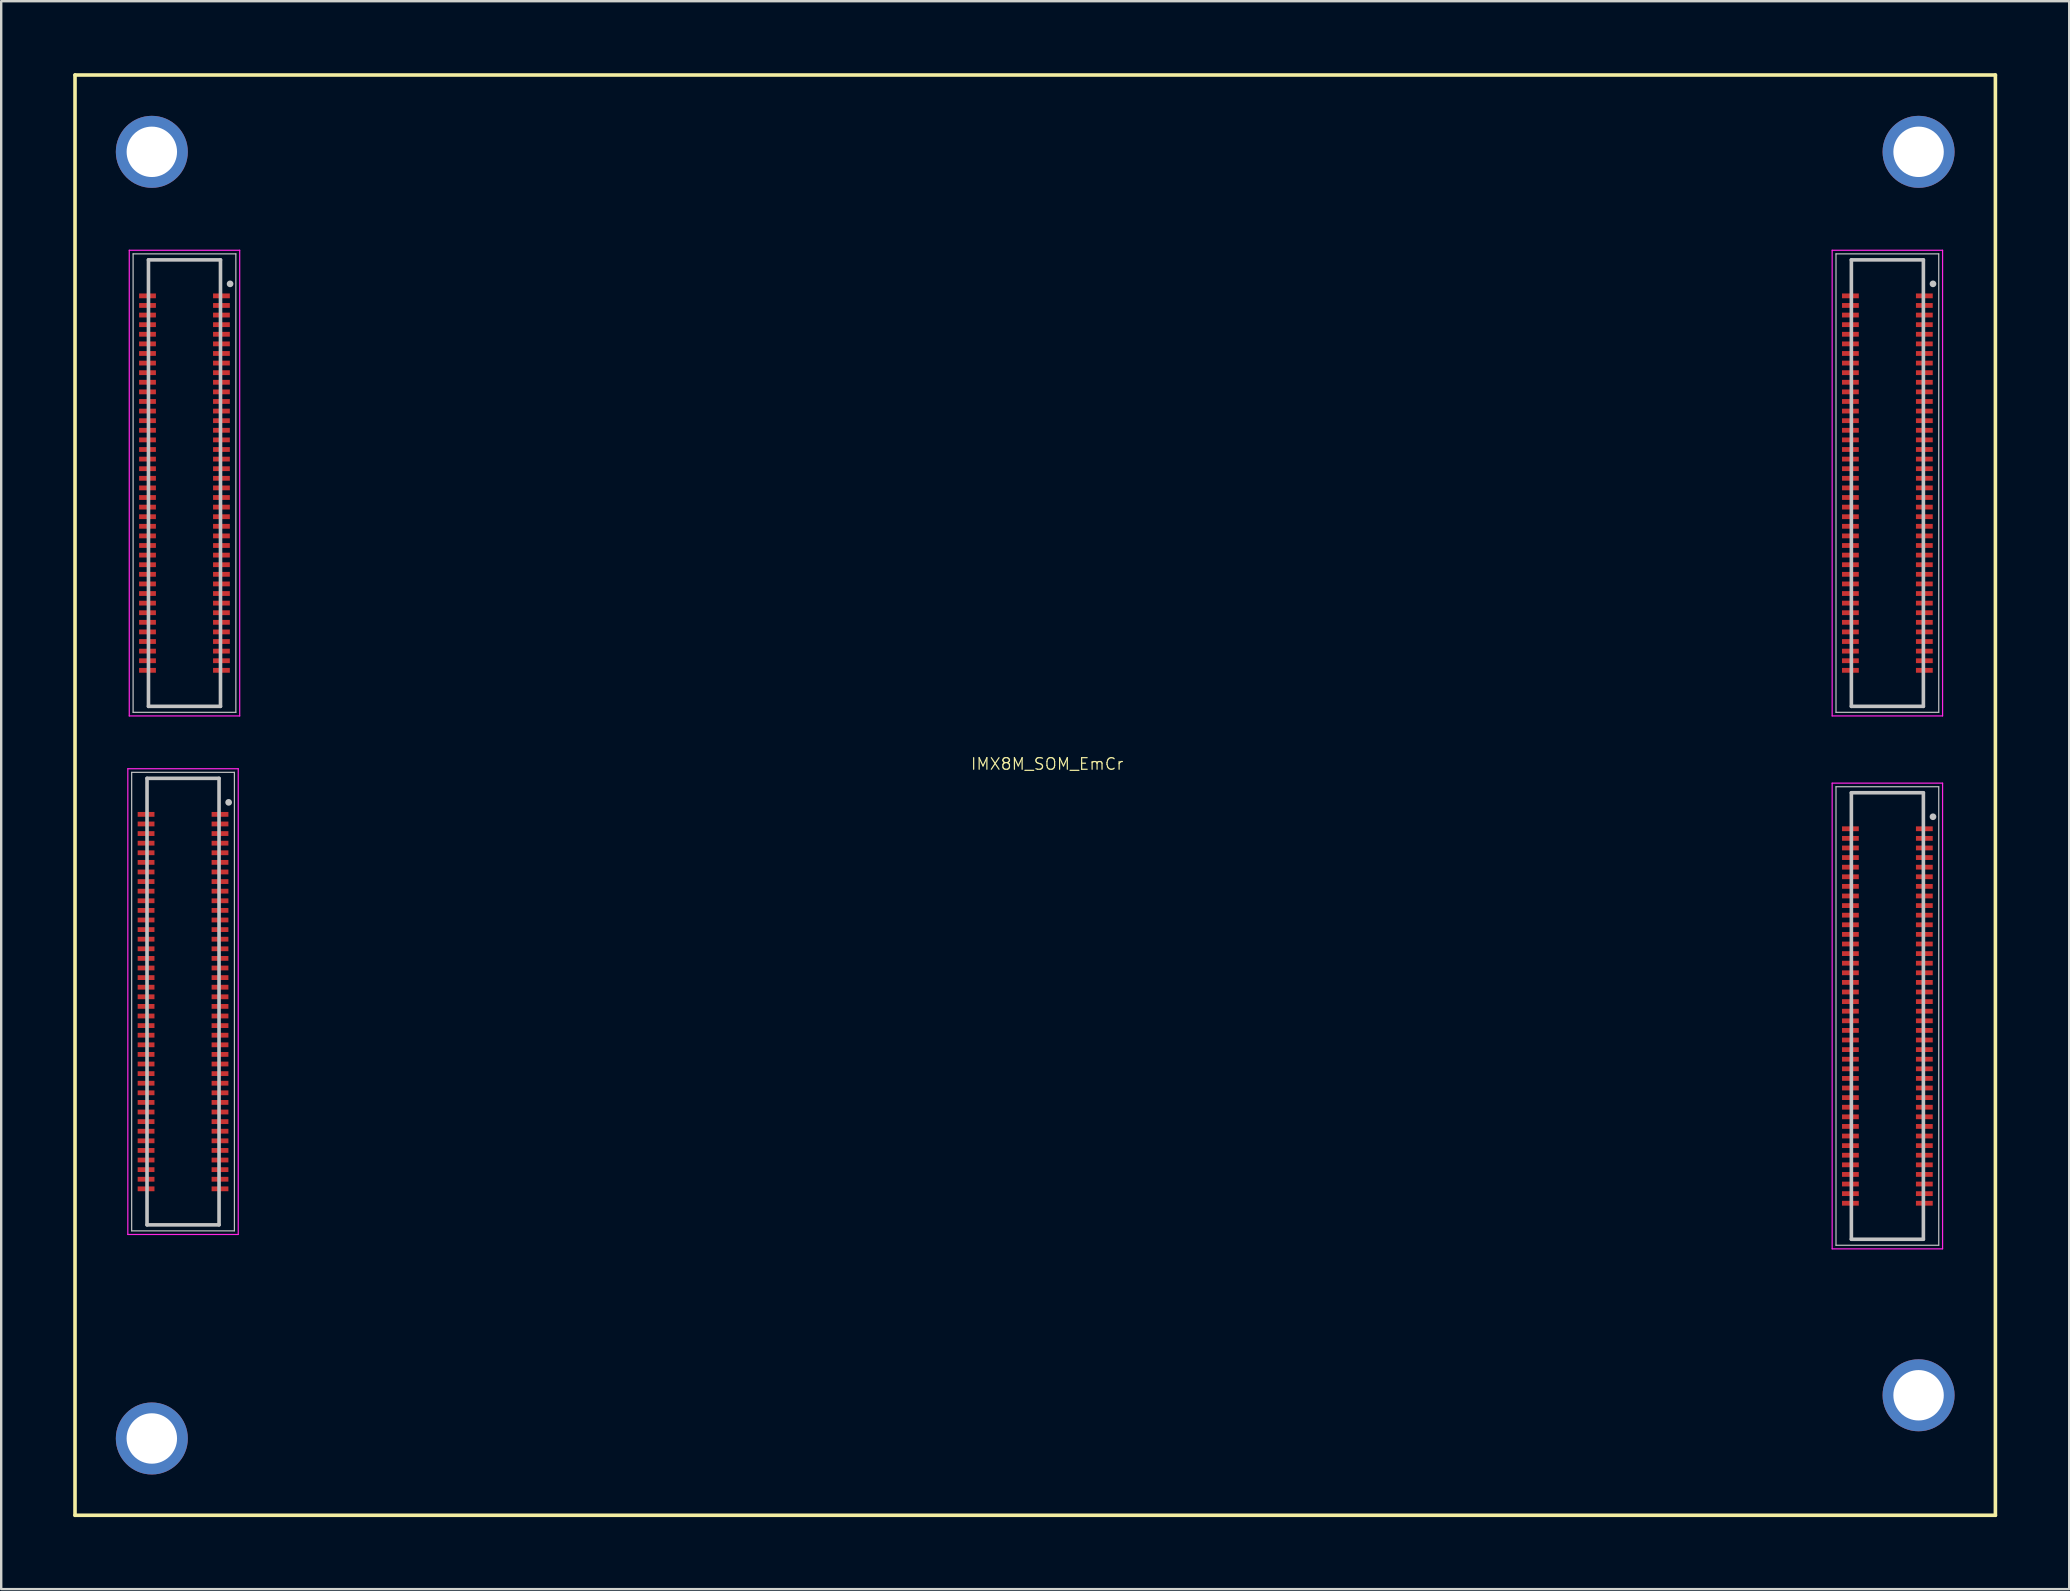
<source format=kicad_pcb>
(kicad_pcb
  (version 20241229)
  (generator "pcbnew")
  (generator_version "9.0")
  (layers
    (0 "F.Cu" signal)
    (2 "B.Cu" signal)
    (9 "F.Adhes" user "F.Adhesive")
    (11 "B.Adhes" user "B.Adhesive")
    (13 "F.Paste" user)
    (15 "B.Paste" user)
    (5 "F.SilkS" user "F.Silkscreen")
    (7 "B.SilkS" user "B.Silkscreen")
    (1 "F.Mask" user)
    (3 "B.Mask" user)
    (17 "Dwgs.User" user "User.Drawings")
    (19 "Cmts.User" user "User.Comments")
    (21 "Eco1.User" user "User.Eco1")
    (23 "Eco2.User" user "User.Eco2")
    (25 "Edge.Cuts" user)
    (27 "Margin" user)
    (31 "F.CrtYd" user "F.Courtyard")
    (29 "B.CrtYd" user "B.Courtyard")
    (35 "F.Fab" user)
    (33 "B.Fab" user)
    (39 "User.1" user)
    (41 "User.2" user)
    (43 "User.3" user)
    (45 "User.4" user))
  (footprint "IMX8M_SOM_EmCr"
    (layer "F.Cu")
    (at 40.075 30.075)
    (property "Reference" "IMX8M_SOM_EmCr" (at 0.5 -1.3 0) (layer "F.SilkS") (effects (font (size 0.482 0.482) (thickness 0.05))))
    (attr smd)
    (fp_line (start -40 -30) (end -40 30) (stroke (width 0.15) (type solid)) (layer "F.SilkS"))
    (fp_line (start -40 30) (end 40 30) (stroke (width 0.15) (type solid)) (layer "F.SilkS"))
    (fp_line (start 40 -30) (end -40 -30) (stroke (width 0.15) (type solid)) (layer "F.SilkS"))
    (fp_line (start 40 30) (end 40 -30) (stroke (width 0.15) (type solid)) (layer "F.SilkS"))
    (fp_line (start -37.64 -0.95) (end -33.36 -0.95) (stroke (width 0.05) (type solid)) (layer "Dwgs.User"))
    (fp_line (start -37.64 18.15) (end -37.64 -0.95) (stroke (width 0.05) (type solid)) (layer "Dwgs.User"))
    (fp_line (start -37.58 -22.55) (end -33.3 -22.55) (stroke (width 0.05) (type solid)) (layer "Dwgs.User"))
    (fp_line (start -37.58 -3.45) (end -37.58 -22.55) (stroke (width 0.05) (type solid)) (layer "Dwgs.User"))
    (fp_line (start -37 -0.7) (end -34 -0.7) (stroke (width 0.15) (type solid)) (layer "Dwgs.User"))
    (fp_line (start -37 17.9) (end -37 -0.7) (stroke (width 0.15) (type solid)) (layer "Dwgs.User"))
    (fp_line (start -36.94 -22.3) (end -33.94 -22.3) (stroke (width 0.15) (type solid)) (layer "Dwgs.User"))
    (fp_line (start -36.94 -3.7) (end -36.94 -22.3) (stroke (width 0.15) (type solid)) (layer "Dwgs.User"))
    (fp_line (start -34 -0.7) (end -34 17.9) (stroke (width 0.15) (type solid)) (layer "Dwgs.User"))
    (fp_line (start -34 17.9) (end -37 17.9) (stroke (width 0.15) (type solid)) (layer "Dwgs.User"))
    (fp_line (start -33.94 -22.3) (end -33.94 -3.7) (stroke (width 0.15) (type solid)) (layer "Dwgs.User"))
    (fp_line (start -33.94 -3.7) (end -36.94 -3.7) (stroke (width 0.15) (type solid)) (layer "Dwgs.User"))
    (fp_line (start -33.36 -0.95) (end -33.36 18.15) (stroke (width 0.05) (type solid)) (layer "Dwgs.User"))
    (fp_line (start -33.36 18.15) (end -37.64 18.15) (stroke (width 0.05) (type solid)) (layer "Dwgs.User"))
    (fp_line (start -33.3 -22.55) (end -33.3 -3.45) (stroke (width 0.05) (type solid)) (layer "Dwgs.User"))
    (fp_line (start -33.3 -3.45) (end -37.58 -3.45) (stroke (width 0.05) (type solid)) (layer "Dwgs.User"))
    (fp_line (start 33.36 -22.55) (end 37.64 -22.55) (stroke (width 0.05) (type solid)) (layer "Dwgs.User"))
    (fp_line (start 33.36 -3.45) (end 33.36 -22.55) (stroke (width 0.05) (type solid)) (layer "Dwgs.User"))
    (fp_line (start 33.36 -0.35) (end 37.64 -0.35) (stroke (width 0.05) (type solid)) (layer "Dwgs.User"))
    (fp_line (start 33.36 18.75) (end 33.36 -0.35) (stroke (width 0.05) (type solid)) (layer "Dwgs.User"))
    (fp_line (start 34 -22.3) (end 37 -22.3) (stroke (width 0.15) (type solid)) (layer "Dwgs.User"))
    (fp_line (start 34 -3.7) (end 34 -22.3) (stroke (width 0.15) (type solid)) (layer "Dwgs.User"))
    (fp_line (start 34 -0.1) (end 37 -0.1) (stroke (width 0.15) (type solid)) (layer "Dwgs.User"))
    (fp_line (start 34 18.5) (end 34 -0.1) (stroke (width 0.15) (type solid)) (layer "Dwgs.User"))
    (fp_line (start 37 -22.3) (end 37 -3.7) (stroke (width 0.15) (type solid)) (layer "Dwgs.User"))
    (fp_line (start 37 -3.7) (end 34 -3.7) (stroke (width 0.15) (type solid)) (layer "Dwgs.User"))
    (fp_line (start 37 -0.1) (end 37 18.5) (stroke (width 0.15) (type solid)) (layer "Dwgs.User"))
    (fp_line (start 37 18.5) (end 34 18.5) (stroke (width 0.15) (type solid)) (layer "Dwgs.User"))
    (fp_line (start 37.64 -22.55) (end 37.64 -3.45) (stroke (width 0.05) (type solid)) (layer "Dwgs.User"))
    (fp_line (start 37.64 -3.45) (end 33.36 -3.45) (stroke (width 0.05) (type solid)) (layer "Dwgs.User"))
    (fp_line (start 37.64 -0.35) (end 37.64 18.75) (stroke (width 0.05) (type solid)) (layer "Dwgs.User"))
    (fp_line (start 37.64 18.75) (end 33.36 18.75) (stroke (width 0.05) (type solid)) (layer "Dwgs.User"))
    (fp_circle (center -33.6 0.3) (end -33.6 0.37) (stroke (width 0.14) (type solid)) (fill no) (layer "Dwgs.User"))
    (fp_circle (center -33.54 -21.3) (end -33.54 -21.23) (stroke (width 0.14) (type solid)) (fill no) (layer "Dwgs.User"))
    (fp_circle (center 37.4 -21.3) (end 37.4 -21.23) (stroke (width 0.14) (type solid)) (fill no) (layer "Dwgs.User"))
    (fp_circle (center 37.4 0.9) (end 37.4 0.97) (stroke (width 0.14) (type solid)) (fill no) (layer "Dwgs.User"))
    (fp_line (start -37.8 -1.1) (end -33.2 -1.1) (stroke (width 0.05) (type solid)) (layer "F.CrtYd"))
    (fp_line (start -37.8 18.3) (end -37.8 -1.1) (stroke (width 0.05) (type solid)) (layer "F.CrtYd"))
    (fp_line (start -37.74 -22.7) (end -33.14 -22.7) (stroke (width 0.05) (type solid)) (layer "F.CrtYd"))
    (fp_line (start -37.74 -3.3) (end -37.74 -22.7) (stroke (width 0.05) (type solid)) (layer "F.CrtYd"))
    (fp_line (start -33.2 -1.1) (end -33.2 18.3) (stroke (width 0.05) (type solid)) (layer "F.CrtYd"))
    (fp_line (start -33.2 18.3) (end -37.8 18.3) (stroke (width 0.05) (type solid)) (layer "F.CrtYd"))
    (fp_line (start -33.14 -22.7) (end -33.14 -3.3) (stroke (width 0.05) (type solid)) (layer "F.CrtYd"))
    (fp_line (start -33.14 -3.3) (end -37.74 -3.3) (stroke (width 0.05) (type solid)) (layer "F.CrtYd"))
    (fp_line (start 33.2 -22.7) (end 37.8 -22.7) (stroke (width 0.05) (type solid)) (layer "F.CrtYd"))
    (fp_line (start 33.2 -3.3) (end 33.2 -22.7) (stroke (width 0.05) (type solid)) (layer "F.CrtYd"))
    (fp_line (start 33.2 -0.5) (end 37.8 -0.5) (stroke (width 0.05) (type solid)) (layer "F.CrtYd"))
    (fp_line (start 33.2 18.9) (end 33.2 -0.5) (stroke (width 0.05) (type solid)) (layer "F.CrtYd"))
    (fp_line (start 37.8 -22.7) (end 37.8 -3.3) (stroke (width 0.05) (type solid)) (layer "F.CrtYd"))
    (fp_line (start 37.8 -3.3) (end 33.2 -3.3) (stroke (width 0.05) (type solid)) (layer "F.CrtYd"))
    (fp_line (start 37.8 -0.5) (end 37.8 18.9) (stroke (width 0.05) (type solid)) (layer "F.CrtYd"))
    (fp_line (start 37.8 18.9) (end 33.2 18.9) (stroke (width 0.05) (type solid)) (layer "F.CrtYd"))
    (pad "1" thru_hole circle (at -36.8 -26.8) (size 3 3) (drill 2.1) (layers "*.Cu" "*.Mask"))
    (pad "2" thru_hole circle (at -36.8 26.8) (size 3 3) (drill 2.1) (layers "*.Cu" "*.Mask"))
    (pad "3" thru_hole circle (at 36.8 -26.8) (size 3 3) (drill 2.1) (layers "*.Cu" "*.Mask"))
    (pad "4" thru_hole circle (at 36.8 25) (size 3 3) (drill 2.1) (layers "*.Cu" "*.Mask"))
    (pad "A1" smd rect (at -33.9 -20.8 270) (size 0.2 0.7) (layers "F.Cu" "F.Mask" "F.Paste"))
    (pad "A2" smd rect (at -36.98 -20.8 90) (size 0.2 0.7) (layers "F.Cu" "F.Mask" "F.Paste"))
    (pad "A3" smd rect (at -33.9 -20.4 270) (size 0.2 0.7) (layers "F.Cu" "F.Mask" "F.Paste"))
    (pad "A4" smd rect (at -36.98 -20.4 90) (size 0.2 0.7) (layers "F.Cu" "F.Mask" "F.Paste"))
    (pad "A5" smd rect (at -33.9 -20 270) (size 0.2 0.7) (layers "F.Cu" "F.Mask" "F.Paste"))
    (pad "A6" smd rect (at -36.98 -20 90) (size 0.2 0.7) (layers "F.Cu" "F.Mask" "F.Paste"))
    (pad "A7" smd rect (at -33.9 -19.6 270) (size 0.2 0.7) (layers "F.Cu" "F.Mask" "F.Paste"))
    (pad "A8" smd rect (at -36.98 -19.6 90) (size 0.2 0.7) (layers "F.Cu" "F.Mask" "F.Paste"))
    (pad "A9" smd rect (at -33.9 -19.2 270) (size 0.2 0.7) (layers "F.Cu" "F.Mask" "F.Paste"))
    (pad "A10" smd rect (at -36.98 -19.2 90) (size 0.2 0.7) (layers "F.Cu" "F.Mask" "F.Paste"))
    (pad "A11" smd rect (at -33.9 -18.8 270) (size 0.2 0.7) (layers "F.Cu" "F.Mask" "F.Paste"))
    (pad "A12" smd rect (at -36.98 -18.8 90) (size 0.2 0.7) (layers "F.Cu" "F.Mask" "F.Paste"))
    (pad "A13" smd rect (at -33.9 -18.4 270) (size 0.2 0.7) (layers "F.Cu" "F.Mask" "F.Paste"))
    (pad "A14" smd rect (at -36.98 -18.4 90) (size 0.2 0.7) (layers "F.Cu" "F.Mask" "F.Paste"))
    (pad "A15" smd rect (at -33.9 -18 270) (size 0.2 0.7) (layers "F.Cu" "F.Mask" "F.Paste"))
    (pad "A16" smd rect (at -36.98 -18 90) (size 0.2 0.7) (layers "F.Cu" "F.Mask" "F.Paste"))
    (pad "A17" smd rect (at -33.9 -17.6 270) (size 0.2 0.7) (layers "F.Cu" "F.Mask" "F.Paste"))
    (pad "A18" smd rect (at -36.98 -17.6 90) (size 0.2 0.7) (layers "F.Cu" "F.Mask" "F.Paste"))
    (pad "A19" smd rect (at -33.9 -17.2 270) (size 0.2 0.7) (layers "F.Cu" "F.Mask" "F.Paste"))
    (pad "A20" smd rect (at -36.98 -17.2 90) (size 0.2 0.7) (layers "F.Cu" "F.Mask" "F.Paste"))
    (pad "A21" smd rect (at -33.9 -16.8 270) (size 0.2 0.7) (layers "F.Cu" "F.Mask" "F.Paste"))
    (pad "A22" smd rect (at -36.98 -16.8 90) (size 0.2 0.7) (layers "F.Cu" "F.Mask" "F.Paste"))
    (pad "A23" smd rect (at -33.9 -16.4 270) (size 0.2 0.7) (layers "F.Cu" "F.Mask" "F.Paste"))
    (pad "A24" smd rect (at -36.98 -16.4 90) (size 0.2 0.7) (layers "F.Cu" "F.Mask" "F.Paste"))
    (pad "A25" smd rect (at -33.9 -16 270) (size 0.2 0.7) (layers "F.Cu" "F.Mask" "F.Paste"))
    (pad "A26" smd rect (at -36.98 -16 90) (size 0.2 0.7) (layers "F.Cu" "F.Mask" "F.Paste"))
    (pad "A27" smd rect (at -33.9 -15.6 270) (size 0.2 0.7) (layers "F.Cu" "F.Mask" "F.Paste"))
    (pad "A28" smd rect (at -36.98 -15.6 90) (size 0.2 0.7) (layers "F.Cu" "F.Mask" "F.Paste"))
    (pad "A29" smd rect (at -33.9 -15.2 270) (size 0.2 0.7) (layers "F.Cu" "F.Mask" "F.Paste"))
    (pad "A30" smd rect (at -36.98 -15.2 90) (size 0.2 0.7) (layers "F.Cu" "F.Mask" "F.Paste"))
    (pad "A31" smd rect (at -33.9 -14.8 270) (size 0.2 0.7) (layers "F.Cu" "F.Mask" "F.Paste"))
    (pad "A32" smd rect (at -36.98 -14.8 90) (size 0.2 0.7) (layers "F.Cu" "F.Mask" "F.Paste"))
    (pad "A33" smd rect (at -33.9 -14.4 270) (size 0.2 0.7) (layers "F.Cu" "F.Mask" "F.Paste"))
    (pad "A34" smd rect (at -36.98 -14.4 90) (size 0.2 0.7) (layers "F.Cu" "F.Mask" "F.Paste"))
    (pad "A35" smd rect (at -33.9 -14 270) (size 0.2 0.7) (layers "F.Cu" "F.Mask" "F.Paste"))
    (pad "A36" smd rect (at -36.98 -14 90) (size 0.2 0.7) (layers "F.Cu" "F.Mask" "F.Paste"))
    (pad "A37" smd rect (at -33.9 -13.6 270) (size 0.2 0.7) (layers "F.Cu" "F.Mask" "F.Paste"))
    (pad "A38" smd rect (at -36.98 -13.6 90) (size 0.2 0.7) (layers "F.Cu" "F.Mask" "F.Paste"))
    (pad "A39" smd rect (at -33.9 -13.2 270) (size 0.2 0.7) (layers "F.Cu" "F.Mask" "F.Paste"))
    (pad "A40" smd rect (at -36.98 -13.2 90) (size 0.2 0.7) (layers "F.Cu" "F.Mask" "F.Paste"))
    (pad "A41" smd rect (at -33.9 -12.8 270) (size 0.2 0.7) (layers "F.Cu" "F.Mask" "F.Paste"))
    (pad "A42" smd rect (at -36.98 -12.8 90) (size 0.2 0.7) (layers "F.Cu" "F.Mask" "F.Paste"))
    (pad "A43" smd rect (at -33.9 -12.4 270) (size 0.2 0.7) (layers "F.Cu" "F.Mask" "F.Paste"))
    (pad "A44" smd rect (at -36.98 -12.4 90) (size 0.2 0.7) (layers "F.Cu" "F.Mask" "F.Paste"))
    (pad "A45" smd rect (at -33.9 -12 270) (size 0.2 0.7) (layers "F.Cu" "F.Mask" "F.Paste"))
    (pad "A46" smd rect (at -36.98 -12 90) (size 0.2 0.7) (layers "F.Cu" "F.Mask" "F.Paste"))
    (pad "A47" smd rect (at -33.9 -11.6 270) (size 0.2 0.7) (layers "F.Cu" "F.Mask" "F.Paste"))
    (pad "A48" smd rect (at -36.98 -11.6 90) (size 0.2 0.7) (layers "F.Cu" "F.Mask" "F.Paste"))
    (pad "A49" smd rect (at -33.9 -11.2 270) (size 0.2 0.7) (layers "F.Cu" "F.Mask" "F.Paste"))
    (pad "A50" smd rect (at -36.98 -11.2 90) (size 0.2 0.7) (layers "F.Cu" "F.Mask" "F.Paste"))
    (pad "A51" smd rect (at -33.9 -10.8 270) (size 0.2 0.7) (layers "F.Cu" "F.Mask" "F.Paste"))
    (pad "A52" smd rect (at -36.98 -10.8 90) (size 0.2 0.7) (layers "F.Cu" "F.Mask" "F.Paste"))
    (pad "A53" smd rect (at -33.9 -10.4 270) (size 0.2 0.7) (layers "F.Cu" "F.Mask" "F.Paste"))
    (pad "A54" smd rect (at -36.98 -10.4 90) (size 0.2 0.7) (layers "F.Cu" "F.Mask" "F.Paste"))
    (pad "A55" smd rect (at -33.9 -10 270) (size 0.2 0.7) (layers "F.Cu" "F.Mask" "F.Paste"))
    (pad "A56" smd rect (at -36.98 -10 90) (size 0.2 0.7) (layers "F.Cu" "F.Mask" "F.Paste"))
    (pad "A57" smd rect (at -33.9 -9.6 270) (size 0.2 0.7) (layers "F.Cu" "F.Mask" "F.Paste"))
    (pad "A58" smd rect (at -36.98 -9.6 90) (size 0.2 0.7) (layers "F.Cu" "F.Mask" "F.Paste"))
    (pad "A59" smd rect (at -33.9 -9.2 270) (size 0.2 0.7) (layers "F.Cu" "F.Mask" "F.Paste"))
    (pad "A60" smd rect (at -36.98 -9.2 90) (size 0.2 0.7) (layers "F.Cu" "F.Mask" "F.Paste"))
    (pad "A61" smd rect (at -33.9 -8.8 270) (size 0.2 0.7) (layers "F.Cu" "F.Mask" "F.Paste"))
    (pad "A62" smd rect (at -36.98 -8.8 90) (size 0.2 0.7) (layers "F.Cu" "F.Mask" "F.Paste"))
    (pad "A63" smd rect (at -33.9 -8.4 270) (size 0.2 0.7) (layers "F.Cu" "F.Mask" "F.Paste"))
    (pad "A64" smd rect (at -36.98 -8.4 90) (size 0.2 0.7) (layers "F.Cu" "F.Mask" "F.Paste"))
    (pad "A65" smd rect (at -33.9 -8 270) (size 0.2 0.7) (layers "F.Cu" "F.Mask" "F.Paste"))
    (pad "A66" smd rect (at -36.98 -8 90) (size 0.2 0.7) (layers "F.Cu" "F.Mask" "F.Paste"))
    (pad "A67" smd rect (at -33.9 -7.6 270) (size 0.2 0.7) (layers "F.Cu" "F.Mask" "F.Paste"))
    (pad "A68" smd rect (at -36.98 -7.6 90) (size 0.2 0.7) (layers "F.Cu" "F.Mask" "F.Paste"))
    (pad "A69" smd rect (at -33.9 -7.2 270) (size 0.2 0.7) (layers "F.Cu" "F.Mask" "F.Paste"))
    (pad "A70" smd rect (at -36.98 -7.2 90) (size 0.2 0.7) (layers "F.Cu" "F.Mask" "F.Paste"))
    (pad "A71" smd rect (at -33.9 -6.8 270) (size 0.2 0.7) (layers "F.Cu" "F.Mask" "F.Paste"))
    (pad "A72" smd rect (at -36.98 -6.8 90) (size 0.2 0.7) (layers "F.Cu" "F.Mask" "F.Paste"))
    (pad "A73" smd rect (at -33.9 -6.4 270) (size 0.2 0.7) (layers "F.Cu" "F.Mask" "F.Paste"))
    (pad "A74" smd rect (at -36.98 -6.4 90) (size 0.2 0.7) (layers "F.Cu" "F.Mask" "F.Paste"))
    (pad "A75" smd rect (at -33.9 -6 270) (size 0.2 0.7) (layers "F.Cu" "F.Mask" "F.Paste"))
    (pad "A76" smd rect (at -36.98 -6 90) (size 0.2 0.7) (layers "F.Cu" "F.Mask" "F.Paste"))
    (pad "A77" smd rect (at -33.9 -5.6 270) (size 0.2 0.7) (layers "F.Cu" "F.Mask" "F.Paste"))
    (pad "A78" smd rect (at -36.98 -5.6 90) (size 0.2 0.7) (layers "F.Cu" "F.Mask" "F.Paste"))
    (pad "A79" smd rect (at -33.9 -5.2 270) (size 0.2 0.7) (layers "F.Cu" "F.Mask" "F.Paste"))
    (pad "A80" smd rect (at -36.98 -5.2 90) (size 0.2 0.7) (layers "F.Cu" "F.Mask" "F.Paste"))
    (pad "B1" smd rect (at -33.96 0.8 270) (size 0.2 0.7) (layers "F.Cu" "F.Mask" "F.Paste"))
    (pad "B2" smd rect (at -37.04 0.8 90) (size 0.2 0.7) (layers "F.Cu" "F.Mask" "F.Paste"))
    (pad "B3" smd rect (at -33.96 1.2 270) (size 0.2 0.7) (layers "F.Cu" "F.Mask" "F.Paste"))
    (pad "B4" smd rect (at -37.04 1.2 90) (size 0.2 0.7) (layers "F.Cu" "F.Mask" "F.Paste"))
    (pad "B5" smd rect (at -33.96 1.6 270) (size 0.2 0.7) (layers "F.Cu" "F.Mask" "F.Paste"))
    (pad "B6" smd rect (at -37.04 1.6 90) (size 0.2 0.7) (layers "F.Cu" "F.Mask" "F.Paste"))
    (pad "B7" smd rect (at -33.96 2 270) (size 0.2 0.7) (layers "F.Cu" "F.Mask" "F.Paste"))
    (pad "B8" smd rect (at -37.04 2 90) (size 0.2 0.7) (layers "F.Cu" "F.Mask" "F.Paste"))
    (pad "B9" smd rect (at -33.96 2.4 270) (size 0.2 0.7) (layers "F.Cu" "F.Mask" "F.Paste"))
    (pad "B10" smd rect (at -37.04 2.4 90) (size 0.2 0.7) (layers "F.Cu" "F.Mask" "F.Paste"))
    (pad "B11" smd rect (at -33.96 2.8 270) (size 0.2 0.7) (layers "F.Cu" "F.Mask" "F.Paste"))
    (pad "B12" smd rect (at -37.04 2.8 90) (size 0.2 0.7) (layers "F.Cu" "F.Mask" "F.Paste"))
    (pad "B13" smd rect (at -33.96 3.2 270) (size 0.2 0.7) (layers "F.Cu" "F.Mask" "F.Paste"))
    (pad "B14" smd rect (at -37.04 3.2 90) (size 0.2 0.7) (layers "F.Cu" "F.Mask" "F.Paste"))
    (pad "B15" smd rect (at -33.96 3.6 270) (size 0.2 0.7) (layers "F.Cu" "F.Mask" "F.Paste"))
    (pad "B16" smd rect (at -37.04 3.6 90) (size 0.2 0.7) (layers "F.Cu" "F.Mask" "F.Paste"))
    (pad "B17" smd rect (at -33.96 4 270) (size 0.2 0.7) (layers "F.Cu" "F.Mask" "F.Paste"))
    (pad "B18" smd rect (at -37.04 4 90) (size 0.2 0.7) (layers "F.Cu" "F.Mask" "F.Paste"))
    (pad "B19" smd rect (at -33.96 4.4 270) (size 0.2 0.7) (layers "F.Cu" "F.Mask" "F.Paste"))
    (pad "B20" smd rect (at -37.04 4.4 90) (size 0.2 0.7) (layers "F.Cu" "F.Mask" "F.Paste"))
    (pad "B21" smd rect (at -33.96 4.8 270) (size 0.2 0.7) (layers "F.Cu" "F.Mask" "F.Paste"))
    (pad "B22" smd rect (at -37.04 4.8 90) (size 0.2 0.7) (layers "F.Cu" "F.Mask" "F.Paste"))
    (pad "B23" smd rect (at -33.96 5.2 270) (size 0.2 0.7) (layers "F.Cu" "F.Mask" "F.Paste"))
    (pad "B24" smd rect (at -37.04 5.2 90) (size 0.2 0.7) (layers "F.Cu" "F.Mask" "F.Paste"))
    (pad "B25" smd rect (at -33.96 5.6 270) (size 0.2 0.7) (layers "F.Cu" "F.Mask" "F.Paste"))
    (pad "B26" smd rect (at -37.04 5.6 90) (size 0.2 0.7) (layers "F.Cu" "F.Mask" "F.Paste"))
    (pad "B27" smd rect (at -33.96 6 270) (size 0.2 0.7) (layers "F.Cu" "F.Mask" "F.Paste"))
    (pad "B28" smd rect (at -37.04 6 90) (size 0.2 0.7) (layers "F.Cu" "F.Mask" "F.Paste"))
    (pad "B29" smd rect (at -33.96 6.4 270) (size 0.2 0.7) (layers "F.Cu" "F.Mask" "F.Paste"))
    (pad "B30" smd rect (at -37.04 6.4 90) (size 0.2 0.7) (layers "F.Cu" "F.Mask" "F.Paste"))
    (pad "B31" smd rect (at -33.96 6.8 270) (size 0.2 0.7) (layers "F.Cu" "F.Mask" "F.Paste"))
    (pad "B32" smd rect (at -37.04 6.8 90) (size 0.2 0.7) (layers "F.Cu" "F.Mask" "F.Paste"))
    (pad "B33" smd rect (at -33.96 7.2 270) (size 0.2 0.7) (layers "F.Cu" "F.Mask" "F.Paste"))
    (pad "B34" smd rect (at -37.04 7.2 90) (size 0.2 0.7) (layers "F.Cu" "F.Mask" "F.Paste"))
    (pad "B35" smd rect (at -33.96 7.6 270) (size 0.2 0.7) (layers "F.Cu" "F.Mask" "F.Paste"))
    (pad "B36" smd rect (at -37.04 7.6 90) (size 0.2 0.7) (layers "F.Cu" "F.Mask" "F.Paste"))
    (pad "B37" smd rect (at -33.96 8 270) (size 0.2 0.7) (layers "F.Cu" "F.Mask" "F.Paste"))
    (pad "B38" smd rect (at -37.04 8 90) (size 0.2 0.7) (layers "F.Cu" "F.Mask" "F.Paste"))
    (pad "B39" smd rect (at -33.96 8.4 270) (size 0.2 0.7) (layers "F.Cu" "F.Mask" "F.Paste"))
    (pad "B40" smd rect (at -37.04 8.4 90) (size 0.2 0.7) (layers "F.Cu" "F.Mask" "F.Paste"))
    (pad "B41" smd rect (at -33.96 8.8 270) (size 0.2 0.7) (layers "F.Cu" "F.Mask" "F.Paste"))
    (pad "B42" smd rect (at -37.04 8.8 90) (size 0.2 0.7) (layers "F.Cu" "F.Mask" "F.Paste"))
    (pad "B43" smd rect (at -33.96 9.2 270) (size 0.2 0.7) (layers "F.Cu" "F.Mask" "F.Paste"))
    (pad "B44" smd rect (at -37.04 9.2 90) (size 0.2 0.7) (layers "F.Cu" "F.Mask" "F.Paste"))
    (pad "B45" smd rect (at -33.96 9.6 270) (size 0.2 0.7) (layers "F.Cu" "F.Mask" "F.Paste"))
    (pad "B46" smd rect (at -37.04 9.6 90) (size 0.2 0.7) (layers "F.Cu" "F.Mask" "F.Paste"))
    (pad "B47" smd rect (at -33.96 10 270) (size 0.2 0.7) (layers "F.Cu" "F.Mask" "F.Paste"))
    (pad "B48" smd rect (at -37.04 10 90) (size 0.2 0.7) (layers "F.Cu" "F.Mask" "F.Paste"))
    (pad "B49" smd rect (at -33.96 10.4 270) (size 0.2 0.7) (layers "F.Cu" "F.Mask" "F.Paste"))
    (pad "B50" smd rect (at -37.04 10.4 90) (size 0.2 0.7) (layers "F.Cu" "F.Mask" "F.Paste"))
    (pad "B51" smd rect (at -33.96 10.8 270) (size 0.2 0.7) (layers "F.Cu" "F.Mask" "F.Paste"))
    (pad "B52" smd rect (at -37.04 10.8 90) (size 0.2 0.7) (layers "F.Cu" "F.Mask" "F.Paste"))
    (pad "B53" smd rect (at -33.96 11.2 270) (size 0.2 0.7) (layers "F.Cu" "F.Mask" "F.Paste"))
    (pad "B54" smd rect (at -37.04 11.2 90) (size 0.2 0.7) (layers "F.Cu" "F.Mask" "F.Paste"))
    (pad "B55" smd rect (at -33.96 11.6 270) (size 0.2 0.7) (layers "F.Cu" "F.Mask" "F.Paste"))
    (pad "B56" smd rect (at -37.04 11.6 90) (size 0.2 0.7) (layers "F.Cu" "F.Mask" "F.Paste"))
    (pad "B57" smd rect (at -33.96 12 270) (size 0.2 0.7) (layers "F.Cu" "F.Mask" "F.Paste"))
    (pad "B58" smd rect (at -37.04 12 90) (size 0.2 0.7) (layers "F.Cu" "F.Mask" "F.Paste"))
    (pad "B59" smd rect (at -33.96 12.4 270) (size 0.2 0.7) (layers "F.Cu" "F.Mask" "F.Paste"))
    (pad "B60" smd rect (at -37.04 12.4 90) (size 0.2 0.7) (layers "F.Cu" "F.Mask" "F.Paste"))
    (pad "B61" smd rect (at -33.96 12.8 270) (size 0.2 0.7) (layers "F.Cu" "F.Mask" "F.Paste"))
    (pad "B62" smd rect (at -37.04 12.8 90) (size 0.2 0.7) (layers "F.Cu" "F.Mask" "F.Paste"))
    (pad "B63" smd rect (at -33.96 13.2 270) (size 0.2 0.7) (layers "F.Cu" "F.Mask" "F.Paste"))
    (pad "B64" smd rect (at -37.04 13.2 90) (size 0.2 0.7) (layers "F.Cu" "F.Mask" "F.Paste"))
    (pad "B65" smd rect (at -33.96 13.6 270) (size 0.2 0.7) (layers "F.Cu" "F.Mask" "F.Paste"))
    (pad "B66" smd rect (at -37.04 13.6 90) (size 0.2 0.7) (layers "F.Cu" "F.Mask" "F.Paste"))
    (pad "B67" smd rect (at -33.96 14 270) (size 0.2 0.7) (layers "F.Cu" "F.Mask" "F.Paste"))
    (pad "B68" smd rect (at -37.04 14 90) (size 0.2 0.7) (layers "F.Cu" "F.Mask" "F.Paste"))
    (pad "B69" smd rect (at -33.96 14.4 270) (size 0.2 0.7) (layers "F.Cu" "F.Mask" "F.Paste"))
    (pad "B70" smd rect (at -37.04 14.4 90) (size 0.2 0.7) (layers "F.Cu" "F.Mask" "F.Paste"))
    (pad "B71" smd rect (at -33.96 14.8 270) (size 0.2 0.7) (layers "F.Cu" "F.Mask" "F.Paste"))
    (pad "B72" smd rect (at -37.04 14.8 90) (size 0.2 0.7) (layers "F.Cu" "F.Mask" "F.Paste"))
    (pad "B73" smd rect (at -33.96 15.2 270) (size 0.2 0.7) (layers "F.Cu" "F.Mask" "F.Paste"))
    (pad "B74" smd rect (at -37.04 15.2 90) (size 0.2 0.7) (layers "F.Cu" "F.Mask" "F.Paste"))
    (pad "B75" smd rect (at -33.96 15.6 270) (size 0.2 0.7) (layers "F.Cu" "F.Mask" "F.Paste"))
    (pad "B76" smd rect (at -37.04 15.6 90) (size 0.2 0.7) (layers "F.Cu" "F.Mask" "F.Paste"))
    (pad "B77" smd rect (at -33.96 16 270) (size 0.2 0.7) (layers "F.Cu" "F.Mask" "F.Paste"))
    (pad "B78" smd rect (at -37.04 16 90) (size 0.2 0.7) (layers "F.Cu" "F.Mask" "F.Paste"))
    (pad "B79" smd rect (at -33.96 16.4 270) (size 0.2 0.7) (layers "F.Cu" "F.Mask" "F.Paste"))
    (pad "B80" smd rect (at -37.04 16.4 90) (size 0.2 0.7) (layers "F.Cu" "F.Mask" "F.Paste"))
    (pad "C1" smd rect (at 37.04 -20.8 270) (size 0.2 0.7) (layers "F.Cu" "F.Mask" "F.Paste"))
    (pad "C2" smd rect (at 33.96 -20.8 90) (size 0.2 0.7) (layers "F.Cu" "F.Mask" "F.Paste"))
    (pad "C3" smd rect (at 37.04 -20.4 270) (size 0.2 0.7) (layers "F.Cu" "F.Mask" "F.Paste"))
    (pad "C4" smd rect (at 33.96 -20.4 90) (size 0.2 0.7) (layers "F.Cu" "F.Mask" "F.Paste"))
    (pad "C5" smd rect (at 37.04 -20 270) (size 0.2 0.7) (layers "F.Cu" "F.Mask" "F.Paste"))
    (pad "C6" smd rect (at 33.96 -20 90) (size 0.2 0.7) (layers "F.Cu" "F.Mask" "F.Paste"))
    (pad "C7" smd rect (at 37.04 -19.6 270) (size 0.2 0.7) (layers "F.Cu" "F.Mask" "F.Paste"))
    (pad "C8" smd rect (at 33.96 -19.6 90) (size 0.2 0.7) (layers "F.Cu" "F.Mask" "F.Paste"))
    (pad "C9" smd rect (at 37.04 -19.2 270) (size 0.2 0.7) (layers "F.Cu" "F.Mask" "F.Paste"))
    (pad "C10" smd rect (at 33.96 -19.2 90) (size 0.2 0.7) (layers "F.Cu" "F.Mask" "F.Paste"))
    (pad "C11" smd rect (at 37.04 -18.8 270) (size 0.2 0.7) (layers "F.Cu" "F.Mask" "F.Paste"))
    (pad "C12" smd rect (at 33.96 -18.8 90) (size 0.2 0.7) (layers "F.Cu" "F.Mask" "F.Paste"))
    (pad "C13" smd rect (at 37.04 -18.4 270) (size 0.2 0.7) (layers "F.Cu" "F.Mask" "F.Paste"))
    (pad "C14" smd rect (at 33.96 -18.4 90) (size 0.2 0.7) (layers "F.Cu" "F.Mask" "F.Paste"))
    (pad "C15" smd rect (at 37.04 -18 270) (size 0.2 0.7) (layers "F.Cu" "F.Mask" "F.Paste"))
    (pad "C16" smd rect (at 33.96 -18 90) (size 0.2 0.7) (layers "F.Cu" "F.Mask" "F.Paste"))
    (pad "C17" smd rect (at 37.04 -17.6 270) (size 0.2 0.7) (layers "F.Cu" "F.Mask" "F.Paste"))
    (pad "C18" smd rect (at 33.96 -17.6 90) (size 0.2 0.7) (layers "F.Cu" "F.Mask" "F.Paste"))
    (pad "C19" smd rect (at 37.04 -17.2 270) (size 0.2 0.7) (layers "F.Cu" "F.Mask" "F.Paste"))
    (pad "C20" smd rect (at 33.96 -17.2 90) (size 0.2 0.7) (layers "F.Cu" "F.Mask" "F.Paste"))
    (pad "C21" smd rect (at 37.04 -16.8 270) (size 0.2 0.7) (layers "F.Cu" "F.Mask" "F.Paste"))
    (pad "C22" smd rect (at 33.96 -16.8 90) (size 0.2 0.7) (layers "F.Cu" "F.Mask" "F.Paste"))
    (pad "C23" smd rect (at 37.04 -16.4 270) (size 0.2 0.7) (layers "F.Cu" "F.Mask" "F.Paste"))
    (pad "C24" smd rect (at 33.96 -16.4 90) (size 0.2 0.7) (layers "F.Cu" "F.Mask" "F.Paste"))
    (pad "C25" smd rect (at 37.04 -16 270) (size 0.2 0.7) (layers "F.Cu" "F.Mask" "F.Paste"))
    (pad "C26" smd rect (at 33.96 -16 90) (size 0.2 0.7) (layers "F.Cu" "F.Mask" "F.Paste"))
    (pad "C27" smd rect (at 37.04 -15.6 270) (size 0.2 0.7) (layers "F.Cu" "F.Mask" "F.Paste"))
    (pad "C28" smd rect (at 33.96 -15.6 90) (size 0.2 0.7) (layers "F.Cu" "F.Mask" "F.Paste"))
    (pad "C29" smd rect (at 37.04 -15.2 270) (size 0.2 0.7) (layers "F.Cu" "F.Mask" "F.Paste"))
    (pad "C30" smd rect (at 33.96 -15.2 90) (size 0.2 0.7) (layers "F.Cu" "F.Mask" "F.Paste"))
    (pad "C31" smd rect (at 37.04 -14.8 270) (size 0.2 0.7) (layers "F.Cu" "F.Mask" "F.Paste"))
    (pad "C32" smd rect (at 33.96 -14.8 90) (size 0.2 0.7) (layers "F.Cu" "F.Mask" "F.Paste"))
    (pad "C33" smd rect (at 37.04 -14.4 270) (size 0.2 0.7) (layers "F.Cu" "F.Mask" "F.Paste"))
    (pad "C34" smd rect (at 33.96 -14.4 90) (size 0.2 0.7) (layers "F.Cu" "F.Mask" "F.Paste"))
    (pad "C35" smd rect (at 37.04 -14 270) (size 0.2 0.7) (layers "F.Cu" "F.Mask" "F.Paste"))
    (pad "C36" smd rect (at 33.96 -14 90) (size 0.2 0.7) (layers "F.Cu" "F.Mask" "F.Paste"))
    (pad "C37" smd rect (at 37.04 -13.6 270) (size 0.2 0.7) (layers "F.Cu" "F.Mask" "F.Paste"))
    (pad "C38" smd rect (at 33.96 -13.6 90) (size 0.2 0.7) (layers "F.Cu" "F.Mask" "F.Paste"))
    (pad "C39" smd rect (at 37.04 -13.2 270) (size 0.2 0.7) (layers "F.Cu" "F.Mask" "F.Paste"))
    (pad "C40" smd rect (at 33.96 -13.2 90) (size 0.2 0.7) (layers "F.Cu" "F.Mask" "F.Paste"))
    (pad "C41" smd rect (at 37.04 -12.8 270) (size 0.2 0.7) (layers "F.Cu" "F.Mask" "F.Paste"))
    (pad "C42" smd rect (at 33.96 -12.8 90) (size 0.2 0.7) (layers "F.Cu" "F.Mask" "F.Paste"))
    (pad "C43" smd rect (at 37.04 -12.4 270) (size 0.2 0.7) (layers "F.Cu" "F.Mask" "F.Paste"))
    (pad "C44" smd rect (at 33.96 -12.4 90) (size 0.2 0.7) (layers "F.Cu" "F.Mask" "F.Paste"))
    (pad "C45" smd rect (at 37.04 -12 270) (size 0.2 0.7) (layers "F.Cu" "F.Mask" "F.Paste"))
    (pad "C46" smd rect (at 33.96 -12 90) (size 0.2 0.7) (layers "F.Cu" "F.Mask" "F.Paste"))
    (pad "C47" smd rect (at 37.04 -11.6 270) (size 0.2 0.7) (layers "F.Cu" "F.Mask" "F.Paste"))
    (pad "C48" smd rect (at 33.96 -11.6 90) (size 0.2 0.7) (layers "F.Cu" "F.Mask" "F.Paste"))
    (pad "C49" smd rect (at 37.04 -11.2 270) (size 0.2 0.7) (layers "F.Cu" "F.Mask" "F.Paste"))
    (pad "C50" smd rect (at 33.96 -11.2 90) (size 0.2 0.7) (layers "F.Cu" "F.Mask" "F.Paste"))
    (pad "C51" smd rect (at 37.04 -10.8 270) (size 0.2 0.7) (layers "F.Cu" "F.Mask" "F.Paste"))
    (pad "C52" smd rect (at 33.96 -10.8 90) (size 0.2 0.7) (layers "F.Cu" "F.Mask" "F.Paste"))
    (pad "C53" smd rect (at 37.04 -10.4 270) (size 0.2 0.7) (layers "F.Cu" "F.Mask" "F.Paste"))
    (pad "C54" smd rect (at 33.96 -10.4 90) (size 0.2 0.7) (layers "F.Cu" "F.Mask" "F.Paste"))
    (pad "C55" smd rect (at 37.04 -10 270) (size 0.2 0.7) (layers "F.Cu" "F.Mask" "F.Paste"))
    (pad "C56" smd rect (at 33.96 -10 90) (size 0.2 0.7) (layers "F.Cu" "F.Mask" "F.Paste"))
    (pad "C57" smd rect (at 37.04 -9.6 270) (size 0.2 0.7) (layers "F.Cu" "F.Mask" "F.Paste"))
    (pad "C58" smd rect (at 33.96 -9.6 90) (size 0.2 0.7) (layers "F.Cu" "F.Mask" "F.Paste"))
    (pad "C59" smd rect (at 37.04 -9.2 270) (size 0.2 0.7) (layers "F.Cu" "F.Mask" "F.Paste"))
    (pad "C60" smd rect (at 33.96 -9.2 90) (size 0.2 0.7) (layers "F.Cu" "F.Mask" "F.Paste"))
    (pad "C61" smd rect (at 37.04 -8.8 270) (size 0.2 0.7) (layers "F.Cu" "F.Mask" "F.Paste"))
    (pad "C62" smd rect (at 33.96 -8.8 90) (size 0.2 0.7) (layers "F.Cu" "F.Mask" "F.Paste"))
    (pad "C63" smd rect (at 37.04 -8.4 270) (size 0.2 0.7) (layers "F.Cu" "F.Mask" "F.Paste"))
    (pad "C64" smd rect (at 33.96 -8.4 90) (size 0.2 0.7) (layers "F.Cu" "F.Mask" "F.Paste"))
    (pad "C65" smd rect (at 37.04 -8 270) (size 0.2 0.7) (layers "F.Cu" "F.Mask" "F.Paste"))
    (pad "C66" smd rect (at 33.96 -8 90) (size 0.2 0.7) (layers "F.Cu" "F.Mask" "F.Paste"))
    (pad "C67" smd rect (at 37.04 -7.6 270) (size 0.2 0.7) (layers "F.Cu" "F.Mask" "F.Paste"))
    (pad "C68" smd rect (at 33.96 -7.6 90) (size 0.2 0.7) (layers "F.Cu" "F.Mask" "F.Paste"))
    (pad "C69" smd rect (at 37.04 -7.2 270) (size 0.2 0.7) (layers "F.Cu" "F.Mask" "F.Paste"))
    (pad "C70" smd rect (at 33.96 -7.2 90) (size 0.2 0.7) (layers "F.Cu" "F.Mask" "F.Paste"))
    (pad "C71" smd rect (at 37.04 -6.8 270) (size 0.2 0.7) (layers "F.Cu" "F.Mask" "F.Paste"))
    (pad "C72" smd rect (at 33.96 -6.8 90) (size 0.2 0.7) (layers "F.Cu" "F.Mask" "F.Paste"))
    (pad "C73" smd rect (at 37.04 -6.4 270) (size 0.2 0.7) (layers "F.Cu" "F.Mask" "F.Paste"))
    (pad "C74" smd rect (at 33.96 -6.4 90) (size 0.2 0.7) (layers "F.Cu" "F.Mask" "F.Paste"))
    (pad "C75" smd rect (at 37.04 -6 270) (size 0.2 0.7) (layers "F.Cu" "F.Mask" "F.Paste"))
    (pad "C76" smd rect (at 33.96 -6 90) (size 0.2 0.7) (layers "F.Cu" "F.Mask" "F.Paste"))
    (pad "C77" smd rect (at 37.04 -5.6 270) (size 0.2 0.7) (layers "F.Cu" "F.Mask" "F.Paste"))
    (pad "C78" smd rect (at 33.96 -5.6 90) (size 0.2 0.7) (layers "F.Cu" "F.Mask" "F.Paste"))
    (pad "C79" smd rect (at 37.04 -5.2 270) (size 0.2 0.7) (layers "F.Cu" "F.Mask" "F.Paste"))
    (pad "C80" smd rect (at 33.96 -5.2 90) (size 0.2 0.7) (layers "F.Cu" "F.Mask" "F.Paste"))
    (pad "D1" smd rect (at 37.04 1.4 270) (size 0.2 0.7) (layers "F.Cu" "F.Mask" "F.Paste"))
    (pad "D2" smd rect (at 33.96 1.4 90) (size 0.2 0.7) (layers "F.Cu" "F.Mask" "F.Paste"))
    (pad "D3" smd rect (at 37.04 1.8 270) (size 0.2 0.7) (layers "F.Cu" "F.Mask" "F.Paste"))
    (pad "D4" smd rect (at 33.96 1.8 90) (size 0.2 0.7) (layers "F.Cu" "F.Mask" "F.Paste"))
    (pad "D5" smd rect (at 37.04 2.2 270) (size 0.2 0.7) (layers "F.Cu" "F.Mask" "F.Paste"))
    (pad "D6" smd rect (at 33.96 2.2 90) (size 0.2 0.7) (layers "F.Cu" "F.Mask" "F.Paste"))
    (pad "D7" smd rect (at 37.04 2.6 270) (size 0.2 0.7) (layers "F.Cu" "F.Mask" "F.Paste"))
    (pad "D8" smd rect (at 33.96 2.6 90) (size 0.2 0.7) (layers "F.Cu" "F.Mask" "F.Paste"))
    (pad "D9" smd rect (at 37.04 3 270) (size 0.2 0.7) (layers "F.Cu" "F.Mask" "F.Paste"))
    (pad "D10" smd rect (at 33.96 3 90) (size 0.2 0.7) (layers "F.Cu" "F.Mask" "F.Paste"))
    (pad "D11" smd rect (at 37.04 3.4 270) (size 0.2 0.7) (layers "F.Cu" "F.Mask" "F.Paste"))
    (pad "D12" smd rect (at 33.96 3.4 90) (size 0.2 0.7) (layers "F.Cu" "F.Mask" "F.Paste"))
    (pad "D13" smd rect (at 37.04 3.8 270) (size 0.2 0.7) (layers "F.Cu" "F.Mask" "F.Paste"))
    (pad "D14" smd rect (at 33.96 3.8 90) (size 0.2 0.7) (layers "F.Cu" "F.Mask" "F.Paste"))
    (pad "D15" smd rect (at 37.04 4.2 270) (size 0.2 0.7) (layers "F.Cu" "F.Mask" "F.Paste"))
    (pad "D16" smd rect (at 33.96 4.2 90) (size 0.2 0.7) (layers "F.Cu" "F.Mask" "F.Paste"))
    (pad "D17" smd rect (at 37.04 4.6 270) (size 0.2 0.7) (layers "F.Cu" "F.Mask" "F.Paste"))
    (pad "D18" smd rect (at 33.96 4.6 90) (size 0.2 0.7) (layers "F.Cu" "F.Mask" "F.Paste"))
    (pad "D19" smd rect (at 37.04 5 270) (size 0.2 0.7) (layers "F.Cu" "F.Mask" "F.Paste"))
    (pad "D20" smd rect (at 33.96 5 90) (size 0.2 0.7) (layers "F.Cu" "F.Mask" "F.Paste"))
    (pad "D21" smd rect (at 37.04 5.4 270) (size 0.2 0.7) (layers "F.Cu" "F.Mask" "F.Paste"))
    (pad "D22" smd rect (at 33.96 5.4 90) (size 0.2 0.7) (layers "F.Cu" "F.Mask" "F.Paste"))
    (pad "D23" smd rect (at 37.04 5.8 270) (size 0.2 0.7) (layers "F.Cu" "F.Mask" "F.Paste"))
    (pad "D24" smd rect (at 33.96 5.8 90) (size 0.2 0.7) (layers "F.Cu" "F.Mask" "F.Paste"))
    (pad "D25" smd rect (at 37.04 6.2 270) (size 0.2 0.7) (layers "F.Cu" "F.Mask" "F.Paste"))
    (pad "D26" smd rect (at 33.96 6.2 90) (size 0.2 0.7) (layers "F.Cu" "F.Mask" "F.Paste"))
    (pad "D27" smd rect (at 37.04 6.6 270) (size 0.2 0.7) (layers "F.Cu" "F.Mask" "F.Paste"))
    (pad "D28" smd rect (at 33.96 6.6 90) (size 0.2 0.7) (layers "F.Cu" "F.Mask" "F.Paste"))
    (pad "D29" smd rect (at 37.04 7 270) (size 0.2 0.7) (layers "F.Cu" "F.Mask" "F.Paste"))
    (pad "D30" smd rect (at 33.96 7 90) (size 0.2 0.7) (layers "F.Cu" "F.Mask" "F.Paste"))
    (pad "D31" smd rect (at 37.04 7.4 270) (size 0.2 0.7) (layers "F.Cu" "F.Mask" "F.Paste"))
    (pad "D32" smd rect (at 33.96 7.4 90) (size 0.2 0.7) (layers "F.Cu" "F.Mask" "F.Paste"))
    (pad "D33" smd rect (at 37.04 7.8 270) (size 0.2 0.7) (layers "F.Cu" "F.Mask" "F.Paste"))
    (pad "D34" smd rect (at 33.96 7.8 90) (size 0.2 0.7) (layers "F.Cu" "F.Mask" "F.Paste"))
    (pad "D35" smd rect (at 37.04 8.2 270) (size 0.2 0.7) (layers "F.Cu" "F.Mask" "F.Paste"))
    (pad "D36" smd rect (at 33.96 8.2 90) (size 0.2 0.7) (layers "F.Cu" "F.Mask" "F.Paste"))
    (pad "D37" smd rect (at 37.04 8.6 270) (size 0.2 0.7) (layers "F.Cu" "F.Mask" "F.Paste"))
    (pad "D38" smd rect (at 33.96 8.6 90) (size 0.2 0.7) (layers "F.Cu" "F.Mask" "F.Paste"))
    (pad "D39" smd rect (at 37.04 9 270) (size 0.2 0.7) (layers "F.Cu" "F.Mask" "F.Paste"))
    (pad "D40" smd rect (at 33.96 9 90) (size 0.2 0.7) (layers "F.Cu" "F.Mask" "F.Paste"))
    (pad "D41" smd rect (at 37.04 9.4 270) (size 0.2 0.7) (layers "F.Cu" "F.Mask" "F.Paste"))
    (pad "D42" smd rect (at 33.96 9.4 90) (size 0.2 0.7) (layers "F.Cu" "F.Mask" "F.Paste"))
    (pad "D43" smd rect (at 37.04 9.8 270) (size 0.2 0.7) (layers "F.Cu" "F.Mask" "F.Paste"))
    (pad "D44" smd rect (at 33.96 9.8 90) (size 0.2 0.7) (layers "F.Cu" "F.Mask" "F.Paste"))
    (pad "D45" smd rect (at 37.04 10.2 270) (size 0.2 0.7) (layers "F.Cu" "F.Mask" "F.Paste"))
    (pad "D46" smd rect (at 33.96 10.2 90) (size 0.2 0.7) (layers "F.Cu" "F.Mask" "F.Paste"))
    (pad "D47" smd rect (at 37.04 10.6 270) (size 0.2 0.7) (layers "F.Cu" "F.Mask" "F.Paste"))
    (pad "D48" smd rect (at 33.96 10.6 90) (size 0.2 0.7) (layers "F.Cu" "F.Mask" "F.Paste"))
    (pad "D49" smd rect (at 37.04 11 270) (size 0.2 0.7) (layers "F.Cu" "F.Mask" "F.Paste"))
    (pad "D50" smd rect (at 33.96 11 90) (size 0.2 0.7) (layers "F.Cu" "F.Mask" "F.Paste"))
    (pad "D51" smd rect (at 37.04 11.4 270) (size 0.2 0.7) (layers "F.Cu" "F.Mask" "F.Paste"))
    (pad "D52" smd rect (at 33.96 11.4 90) (size 0.2 0.7) (layers "F.Cu" "F.Mask" "F.Paste"))
    (pad "D53" smd rect (at 37.04 11.8 270) (size 0.2 0.7) (layers "F.Cu" "F.Mask" "F.Paste"))
    (pad "D54" smd rect (at 33.96 11.8 90) (size 0.2 0.7) (layers "F.Cu" "F.Mask" "F.Paste"))
    (pad "D55" smd rect (at 37.04 12.2 270) (size 0.2 0.7) (layers "F.Cu" "F.Mask" "F.Paste"))
    (pad "D56" smd rect (at 33.96 12.2 90) (size 0.2 0.7) (layers "F.Cu" "F.Mask" "F.Paste"))
    (pad "D57" smd rect (at 37.04 12.6 270) (size 0.2 0.7) (layers "F.Cu" "F.Mask" "F.Paste"))
    (pad "D58" smd rect (at 33.96 12.6 90) (size 0.2 0.7) (layers "F.Cu" "F.Mask" "F.Paste"))
    (pad "D59" smd rect (at 37.04 13 270) (size 0.2 0.7) (layers "F.Cu" "F.Mask" "F.Paste"))
    (pad "D60" smd rect (at 33.96 13 90) (size 0.2 0.7) (layers "F.Cu" "F.Mask" "F.Paste"))
    (pad "D61" smd rect (at 37.04 13.4 270) (size 0.2 0.7) (layers "F.Cu" "F.Mask" "F.Paste"))
    (pad "D62" smd rect (at 33.96 13.4 90) (size 0.2 0.7) (layers "F.Cu" "F.Mask" "F.Paste"))
    (pad "D63" smd rect (at 37.04 13.8 270) (size 0.2 0.7) (layers "F.Cu" "F.Mask" "F.Paste"))
    (pad "D64" smd rect (at 33.96 13.8 90) (size 0.2 0.7) (layers "F.Cu" "F.Mask" "F.Paste"))
    (pad "D65" smd rect (at 37.04 14.2 270) (size 0.2 0.7) (layers "F.Cu" "F.Mask" "F.Paste"))
    (pad "D66" smd rect (at 33.96 14.2 90) (size 0.2 0.7) (layers "F.Cu" "F.Mask" "F.Paste"))
    (pad "D67" smd rect (at 37.04 14.6 270) (size 0.2 0.7) (layers "F.Cu" "F.Mask" "F.Paste"))
    (pad "D68" smd rect (at 33.96 14.6 90) (size 0.2 0.7) (layers "F.Cu" "F.Mask" "F.Paste"))
    (pad "D69" smd rect (at 37.04 15 270) (size 0.2 0.7) (layers "F.Cu" "F.Mask" "F.Paste"))
    (pad "D70" smd rect (at 33.96 15 90) (size 0.2 0.7) (layers "F.Cu" "F.Mask" "F.Paste"))
    (pad "D71" smd rect (at 37.04 15.4 270) (size 0.2 0.7) (layers "F.Cu" "F.Mask" "F.Paste"))
    (pad "D72" smd rect (at 33.96 15.4 90) (size 0.2 0.7) (layers "F.Cu" "F.Mask" "F.Paste"))
    (pad "D73" smd rect (at 37.04 15.8 270) (size 0.2 0.7) (layers "F.Cu" "F.Mask" "F.Paste"))
    (pad "D74" smd rect (at 33.96 15.8 90) (size 0.2 0.7) (layers "F.Cu" "F.Mask" "F.Paste"))
    (pad "D75" smd rect (at 37.04 16.2 270) (size 0.2 0.7) (layers "F.Cu" "F.Mask" "F.Paste"))
    (pad "D76" smd rect (at 33.96 16.2 90) (size 0.2 0.7) (layers "F.Cu" "F.Mask" "F.Paste"))
    (pad "D77" smd rect (at 37.04 16.6 270) (size 0.2 0.7) (layers "F.Cu" "F.Mask" "F.Paste"))
    (pad "D78" smd rect (at 33.96 16.6 90) (size 0.2 0.7) (layers "F.Cu" "F.Mask" "F.Paste"))
    (pad "D79" smd rect (at 37.04 17 270) (size 0.2 0.7) (layers "F.Cu" "F.Mask" "F.Paste"))
    (pad "D80" smd rect (at 33.96 17 90) (size 0.2 0.7) (layers "F.Cu" "F.Mask" "F.Paste")))
  (gr_rect
    (start -3 -3)
    (end 83.15 63.15)
    (stroke (width 0.1) (type default))
    (fill no)
    (layer "Edge.Cuts")))
</source>
